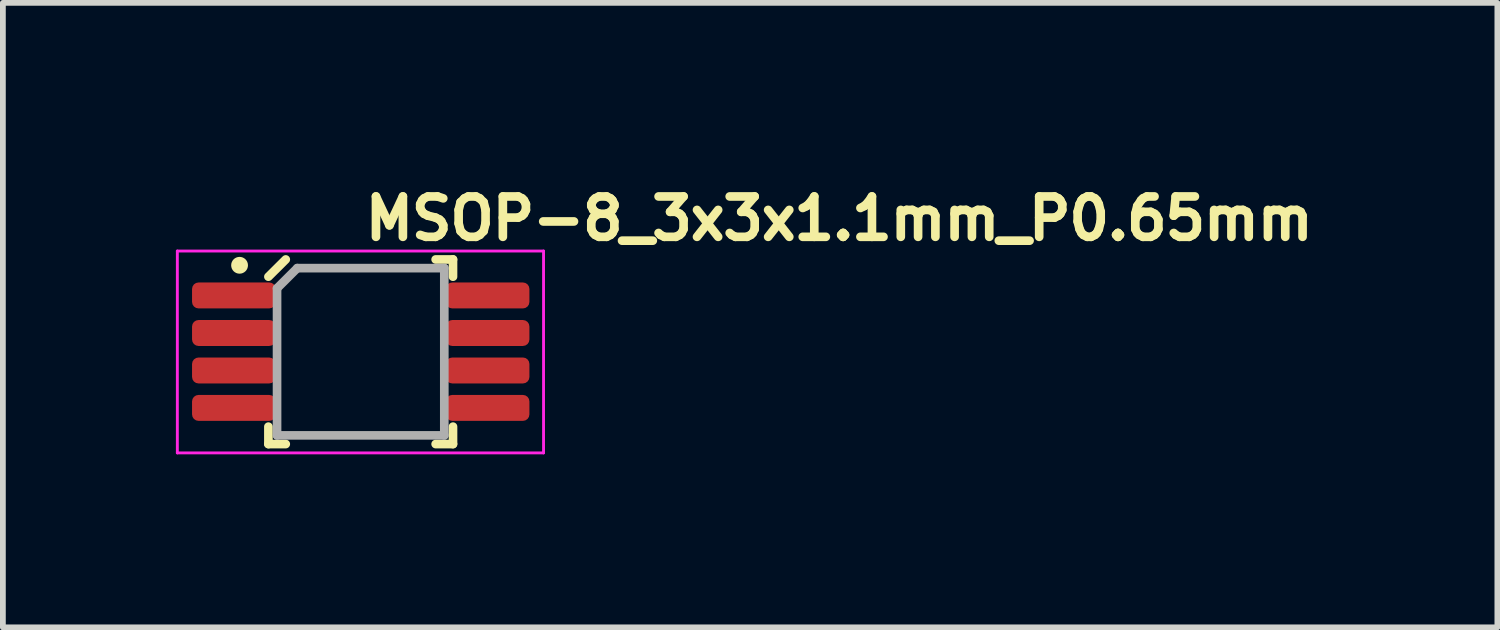
<source format=kicad_pcb>
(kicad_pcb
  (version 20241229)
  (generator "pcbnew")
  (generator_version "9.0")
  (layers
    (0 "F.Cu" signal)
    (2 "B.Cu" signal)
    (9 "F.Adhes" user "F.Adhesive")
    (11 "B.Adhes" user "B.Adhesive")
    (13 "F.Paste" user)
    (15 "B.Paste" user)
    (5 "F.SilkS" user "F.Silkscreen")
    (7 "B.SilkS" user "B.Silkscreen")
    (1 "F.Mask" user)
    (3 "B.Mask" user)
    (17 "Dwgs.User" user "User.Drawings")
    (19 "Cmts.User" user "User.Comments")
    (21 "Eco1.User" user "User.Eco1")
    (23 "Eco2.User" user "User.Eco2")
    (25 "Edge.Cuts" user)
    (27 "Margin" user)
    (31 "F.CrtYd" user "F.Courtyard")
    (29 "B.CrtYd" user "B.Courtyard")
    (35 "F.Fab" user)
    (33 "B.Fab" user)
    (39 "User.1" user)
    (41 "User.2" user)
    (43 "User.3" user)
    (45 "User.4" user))
  (footprint "MSOP-8_3x3x1.1mm_P0.65mm"
    (layer "F.Cu")
    (at 3.204 3.05)
    (property "Reference" "MSOP-8_3x3x1.1mm_P0.65mm" (at 0 -1.9 180) (layer "F.SilkS") (effects (font (size 0.7 0.7) (thickness 0.15)) (justify left bottom)))
    (attr smd)
    (fp_line (start -1.6 1.6) (end -1.6 1.298) (stroke (width 0.15) (type solid)) (layer "F.SilkS"))
    (fp_line (start -1.299 -1.601) (end -1.6 -1.302) (stroke (width 0.15) (type solid)) (layer "F.SilkS"))
    (fp_line (start -1.299 1.6) (end -1.6 1.6) (stroke (width 0.15) (type solid)) (layer "F.SilkS"))
    (fp_line (start 1.3 -1.601) (end 1.601 -1.601) (stroke (width 0.15) (type solid)) (layer "F.SilkS"))
    (fp_line (start 1.601 -1.601) (end 1.601 -1.302) (stroke (width 0.15) (type solid)) (layer "F.SilkS"))
    (fp_line (start 1.601 1.298) (end 1.601 1.6) (stroke (width 0.15) (type solid)) (layer "F.SilkS"))
    (fp_line (start 1.601 1.6) (end 1.3 1.6) (stroke (width 0.15) (type solid)) (layer "F.SilkS"))
    (fp_circle (center -2.1 -1.5) (end -2.05 -1.55) (stroke (width 0.15) (type solid)) (fill yes) (layer "F.SilkS"))
    (fp_line (start -3.179 -1.747) (end 3.171 -1.747) (stroke (width 0.05) (type solid)) (layer "F.CrtYd"))
    (fp_line (start -3.179 1.753) (end -3.179 -1.747) (stroke (width 0.05) (type solid)) (layer "F.CrtYd"))
    (fp_line (start 3.171 1.753) (end -3.179 1.753) (stroke (width 0.05) (type solid)) (layer "F.CrtYd"))
    (fp_line (start 3.171 1.753) (end 3.171 -1.747) (stroke (width 0.05) (type solid)) (layer "F.CrtYd"))
    (fp_line (start -1.45 -1.101) (end -1.45 1.449) (stroke (width 0.15) (type solid)) (layer "F.Fab"))
    (fp_line (start -1.099 -1.451) (end -1.45 -1.101) (stroke (width 0.15) (type solid)) (layer "F.Fab"))
    (fp_line (start 1.45 -1.451) (end -1.099 -1.451) (stroke (width 0.15) (type solid)) (layer "F.Fab"))
    (fp_line (start 1.45 -1.451) (end 1.45 1.449) (stroke (width 0.15) (type solid)) (layer "F.Fab"))
    (fp_line (start 1.45 1.449) (end -1.45 1.449) (stroke (width 0.15) (type solid)) (layer "F.Fab"))
    (fp_rect (start -2.451 1.498) (end 2.451 -1.5) (stroke (width 0.1) (type solid)) (fill no) (layer "User.5"))
    (fp_line (start -2.451 -1.128) (end -2.451 -0.824) (stroke (width 0.02) (type solid)) (layer "User.9"))
    (fp_line (start -2.451 -0.479) (end -2.451 -0.173) (stroke (width 0.02) (type solid)) (layer "User.9"))
    (fp_line (start -2.451 0.172) (end -2.451 0.477) (stroke (width 0.02) (type solid)) (layer "User.9"))
    (fp_line (start -2.451 0.822) (end -2.451 1.127) (stroke (width 0.02) (type solid)) (layer "User.9"))
    (fp_line (start -2.211 -1.128) (end -2.451 -1.128) (stroke (width 0.02) (type solid)) (layer "User.9"))
    (fp_line (start -2.211 -1.128) (end -2.092 -1.128) (stroke (width 0.02) (type solid)) (layer "User.9"))
    (fp_line (start -2.211 -0.824) (end -2.451 -0.824) (stroke (width 0.02) (type solid)) (layer "User.9"))
    (fp_line (start -2.211 -0.824) (end -2.092 -0.824) (stroke (width 0.02) (type solid)) (layer "User.9"))
    (fp_line (start -2.211 -0.479) (end -2.451 -0.479) (stroke (width 0.02) (type solid)) (layer "User.9"))
    (fp_line (start -2.211 -0.479) (end -2.092 -0.479) (stroke (width 0.02) (type solid)) (layer "User.9"))
    (fp_line (start -2.211 -0.173) (end -2.451 -0.173) (stroke (width 0.02) (type solid)) (layer "User.9"))
    (fp_line (start -2.211 -0.173) (end -2.092 -0.173) (stroke (width 0.02) (type solid)) (layer "User.9"))
    (fp_line (start -2.211 0.172) (end -2.451 0.172) (stroke (width 0.02) (type solid)) (layer "User.9"))
    (fp_line (start -2.211 0.172) (end -2.092 0.172) (stroke (width 0.02) (type solid)) (layer "User.9"))
    (fp_line (start -2.211 0.477) (end -2.451 0.477) (stroke (width 0.02) (type solid)) (layer "User.9"))
    (fp_line (start -2.211 0.477) (end -2.092 0.477) (stroke (width 0.02) (type solid)) (layer "User.9"))
    (fp_line (start -2.211 0.822) (end -2.451 0.822) (stroke (width 0.02) (type solid)) (layer "User.9"))
    (fp_line (start -2.211 0.822) (end -2.092 0.822) (stroke (width 0.02) (type solid)) (layer "User.9"))
    (fp_line (start -2.211 1.127) (end -2.451 1.127) (stroke (width 0.02) (type solid)) (layer "User.9"))
    (fp_line (start -2.211 1.127) (end -2.092 1.127) (stroke (width 0.02) (type solid)) (layer "User.9"))
    (fp_line (start -2.092 -1.128) (end -2.082 -1.128) (stroke (width 0.02) (type solid)) (layer "User.9"))
    (fp_line (start -2.092 -0.479) (end -2.082 -0.479) (stroke (width 0.02) (type solid)) (layer "User.9"))
    (fp_line (start -2.092 0.172) (end -2.082 0.172) (stroke (width 0.02) (type solid)) (layer "User.9"))
    (fp_line (start -2.092 0.822) (end -2.082 0.822) (stroke (width 0.02) (type solid)) (layer "User.9"))
    (fp_line (start -2.082 -1.128) (end -1.779 -1.128) (stroke (width 0.02) (type solid)) (layer "User.9"))
    (fp_line (start -2.082 -0.824) (end -2.092 -0.824) (stroke (width 0.02) (type solid)) (layer "User.9"))
    (fp_line (start -2.082 -0.824) (end -1.779 -0.824) (stroke (width 0.02) (type solid)) (layer "User.9"))
    (fp_line (start -2.082 -0.479) (end -1.779 -0.479) (stroke (width 0.02) (type solid)) (layer "User.9"))
    (fp_line (start -2.082 -0.173) (end -2.092 -0.173) (stroke (width 0.02) (type solid)) (layer "User.9"))
    (fp_line (start -2.082 -0.173) (end -1.779 -0.173) (stroke (width 0.02) (type solid)) (layer "User.9"))
    (fp_line (start -2.082 0.172) (end -1.779 0.172) (stroke (width 0.02) (type solid)) (layer "User.9"))
    (fp_line (start -2.082 0.477) (end -2.092 0.477) (stroke (width 0.02) (type solid)) (layer "User.9"))
    (fp_line (start -2.082 0.477) (end -1.779 0.477) (stroke (width 0.02) (type solid)) (layer "User.9"))
    (fp_line (start -2.082 0.822) (end -1.779 0.822) (stroke (width 0.02) (type solid)) (layer "User.9"))
    (fp_line (start -2.082 1.127) (end -2.092 1.127) (stroke (width 0.02) (type solid)) (layer "User.9"))
    (fp_line (start -2.082 1.127) (end -1.779 1.127) (stroke (width 0.02) (type solid)) (layer "User.9"))
    (fp_line (start -1.498 -1.382) (end -1.497 -1.388) (stroke (width 0.02) (type solid)) (layer "User.9"))
    (fp_line (start -1.498 -1.376) (end -1.498 -1.382) (stroke (width 0.02) (type solid)) (layer "User.9"))
    (fp_line (start -1.498 -1.373) (end -1.498 -1.376) (stroke (width 0.02) (type solid)) (layer "User.9"))
    (fp_line (start -1.498 -1.373) (end -1.498 1.37) (stroke (width 0.02) (type solid)) (layer "User.9"))
    (fp_line (start -1.498 -1.128) (end -1.779 -1.128) (stroke (width 0.02) (type solid)) (layer "User.9"))
    (fp_line (start -1.498 -1.128) (end -1.498 -0.824) (stroke (width 0.02) (type solid)) (layer "User.9"))
    (fp_line (start -1.498 -0.824) (end -1.779 -0.824) (stroke (width 0.02) (type solid)) (layer "User.9"))
    (fp_line (start -1.498 -0.479) (end -1.779 -0.479) (stroke (width 0.02) (type solid)) (layer "User.9"))
    (fp_line (start -1.498 -0.479) (end -1.498 -0.173) (stroke (width 0.02) (type solid)) (layer "User.9"))
    (fp_line (start -1.498 -0.173) (end -1.779 -0.173) (stroke (width 0.02) (type solid)) (layer "User.9"))
    (fp_line (start -1.498 0.172) (end -1.779 0.172) (stroke (width 0.02) (type solid)) (layer "User.9"))
    (fp_line (start -1.498 0.172) (end -1.498 0.477) (stroke (width 0.02) (type solid)) (layer "User.9"))
    (fp_line (start -1.498 0.477) (end -1.779 0.477) (stroke (width 0.02) (type solid)) (layer "User.9"))
    (fp_line (start -1.498 0.822) (end -1.779 0.822) (stroke (width 0.02) (type solid)) (layer "User.9"))
    (fp_line (start -1.498 0.822) (end -1.498 1.127) (stroke (width 0.02) (type solid)) (layer "User.9"))
    (fp_line (start -1.498 1.127) (end -1.779 1.127) (stroke (width 0.02) (type solid)) (layer "User.9"))
    (fp_line (start -1.498 1.374) (end -1.498 1.37) (stroke (width 0.02) (type solid)) (layer "User.9"))
    (fp_line (start -1.498 1.379) (end -1.498 1.374) (stroke (width 0.02) (type solid)) (layer "User.9"))
    (fp_line (start -1.497 -1.393) (end -1.496 -1.399) (stroke (width 0.02) (type solid)) (layer "User.9"))
    (fp_line (start -1.497 -1.388) (end -1.497 -1.393) (stroke (width 0.02) (type solid)) (layer "User.9"))
    (fp_line (start -1.497 1.386) (end -1.498 1.379) (stroke (width 0.02) (type solid)) (layer "User.9"))
    (fp_line (start -1.497 1.391) (end -1.497 1.386) (stroke (width 0.02) (type solid)) (layer "User.9"))
    (fp_line (start -1.496 -1.399) (end -1.495 -1.405) (stroke (width 0.02) (type solid)) (layer "User.9"))
    (fp_line (start -1.496 1.398) (end -1.497 1.391) (stroke (width 0.02) (type solid)) (layer "User.9"))
    (fp_line (start -1.495 -1.405) (end -1.493 -1.411) (stroke (width 0.02) (type solid)) (layer "User.9"))
    (fp_line (start -1.495 1.403) (end -1.496 1.398) (stroke (width 0.02) (type solid)) (layer "User.9"))
    (fp_line (start -1.493 -1.411) (end -1.491 -1.417) (stroke (width 0.02) (type solid)) (layer "User.9"))
    (fp_line (start -1.493 1.41) (end -1.495 1.403) (stroke (width 0.02) (type solid)) (layer "User.9"))
    (fp_line (start -1.491 -1.417) (end -1.489 -1.422) (stroke (width 0.02) (type solid)) (layer "User.9"))
    (fp_line (start -1.491 1.415) (end -1.493 1.41) (stroke (width 0.02) (type solid)) (layer "User.9"))
    (fp_line (start -1.489 -1.422) (end -1.486 -1.429) (stroke (width 0.02) (type solid)) (layer "User.9"))
    (fp_line (start -1.489 1.421) (end -1.491 1.415) (stroke (width 0.02) (type solid)) (layer "User.9"))
    (fp_line (start -1.486 -1.429) (end -1.484 -1.434) (stroke (width 0.02) (type solid)) (layer "User.9"))
    (fp_line (start -1.486 1.426) (end -1.489 1.421) (stroke (width 0.02) (type solid)) (layer "User.9"))
    (fp_line (start -1.484 -1.434) (end -1.481 -1.439) (stroke (width 0.02) (type solid)) (layer "User.9"))
    (fp_line (start -1.484 1.431) (end -1.486 1.426) (stroke (width 0.02) (type solid)) (layer "User.9"))
    (fp_line (start -1.481 -1.439) (end -1.477 -1.444) (stroke (width 0.02) (type solid)) (layer "User.9"))
    (fp_line (start -1.481 1.437) (end -1.484 1.431) (stroke (width 0.02) (type solid)) (layer "User.9"))
    (fp_line (start -1.477 -1.444) (end -1.474 -1.449) (stroke (width 0.02) (type solid)) (layer "User.9"))
    (fp_line (start -1.477 1.442) (end -1.481 1.437) (stroke (width 0.02) (type solid)) (layer "User.9"))
    (fp_line (start -1.474 -1.449) (end -1.47 -1.454) (stroke (width 0.02) (type solid)) (layer "User.9"))
    (fp_line (start -1.474 1.446) (end -1.477 1.442) (stroke (width 0.02) (type solid)) (layer "User.9"))
    (fp_line (start -1.47 -1.454) (end -1.466 -1.457) (stroke (width 0.02) (type solid)) (layer "User.9"))
    (fp_line (start -1.47 1.451) (end -1.474 1.446) (stroke (width 0.02) (type solid)) (layer "User.9"))
    (fp_line (start -1.466 -1.457) (end -1.462 -1.462) (stroke (width 0.02) (type solid)) (layer "User.9"))
    (fp_line (start -1.466 1.455) (end -1.47 1.451) (stroke (width 0.02) (type solid)) (layer "User.9"))
    (fp_line (start -1.462 -1.462) (end -1.457 -1.466) (stroke (width 0.02) (type solid)) (layer "User.9"))
    (fp_line (start -1.462 1.46) (end -1.466 1.455) (stroke (width 0.02) (type solid)) (layer "User.9"))
    (fp_line (start -1.457 -1.466) (end -1.453 -1.47) (stroke (width 0.02) (type solid)) (layer "User.9"))
    (fp_line (start -1.457 1.464) (end -1.462 1.46) (stroke (width 0.02) (type solid)) (layer "User.9"))
    (fp_line (start -1.453 -1.47) (end -1.448 -1.474) (stroke (width 0.02) (type solid)) (layer "User.9"))
    (fp_line (start -1.453 1.468) (end -1.457 1.464) (stroke (width 0.02) (type solid)) (layer "User.9"))
    (fp_line (start -1.448 -1.474) (end -1.443 -1.477) (stroke (width 0.02) (type solid)) (layer "User.9"))
    (fp_line (start -1.448 1.472) (end -1.453 1.468) (stroke (width 0.02) (type solid)) (layer "User.9"))
    (fp_line (start -1.443 -1.477) (end -1.438 -1.481) (stroke (width 0.02) (type solid)) (layer "User.9"))
    (fp_line (start -1.443 1.475) (end -1.448 1.472) (stroke (width 0.02) (type solid)) (layer "User.9"))
    (fp_line (start -1.438 -1.481) (end -1.433 -1.484) (stroke (width 0.02) (type solid)) (layer "User.9"))
    (fp_line (start -1.438 1.479) (end -1.443 1.475) (stroke (width 0.02) (type solid)) (layer "User.9"))
    (fp_line (start -1.433 -1.484) (end -1.427 -1.486) (stroke (width 0.02) (type solid)) (layer "User.9"))
    (fp_line (start -1.433 -1.316) (end -1.431 -1.322) (stroke (width 0.02) (type solid)) (layer "User.9"))
    (fp_line (start -1.433 -1.31) (end -1.433 -1.316) (stroke (width 0.02) (type solid)) (layer "User.9"))
    (fp_line (start -1.433 1.313) (end -1.433 1.308) (stroke (width 0.02) (type solid)) (layer "User.9"))
    (fp_line (start -1.433 1.483) (end -1.438 1.479) (stroke (width 0.02) (type solid)) (layer "User.9"))
    (fp_line (start -1.431 -1.322) (end -1.43 -1.328) (stroke (width 0.02) (type solid)) (layer "User.9"))
    (fp_line (start -1.431 1.32) (end -1.433 1.313) (stroke (width 0.02) (type solid)) (layer "User.9"))
    (fp_line (start -1.43 -1.328) (end -1.429 -1.333) (stroke (width 0.02) (type solid)) (layer "User.9"))
    (fp_line (start -1.43 1.325) (end -1.431 1.32) (stroke (width 0.02) (type solid)) (layer "User.9"))
    (fp_line (start -1.429 -1.333) (end -1.427 -1.339) (stroke (width 0.02) (type solid)) (layer "User.9"))
    (fp_line (start -1.429 1.331) (end -1.43 1.325) (stroke (width 0.02) (type solid)) (layer "User.9"))
    (fp_line (start -1.427 -1.486) (end -1.421 -1.49) (stroke (width 0.02) (type solid)) (layer "User.9"))
    (fp_line (start -1.427 -1.339) (end -1.425 -1.345) (stroke (width 0.02) (type solid)) (layer "User.9"))
    (fp_line (start -1.427 1.338) (end -1.429 1.331) (stroke (width 0.02) (type solid)) (layer "User.9"))
    (fp_line (start -1.427 1.484) (end -1.433 1.483) (stroke (width 0.02) (type solid)) (layer "User.9"))
    (fp_line (start -1.425 -1.345) (end -1.423 -1.351) (stroke (width 0.02) (type solid)) (layer "User.9"))
    (fp_line (start -1.425 1.343) (end -1.427 1.338) (stroke (width 0.02) (type solid)) (layer "User.9"))
    (fp_line (start -1.423 -1.351) (end -1.421 -1.356) (stroke (width 0.02) (type solid)) (layer "User.9"))
    (fp_line (start -1.423 1.35) (end -1.425 1.343) (stroke (width 0.02) (type solid)) (layer "User.9"))
    (fp_line (start -1.421 -1.49) (end -1.416 -1.492) (stroke (width 0.02) (type solid)) (layer "User.9"))
    (fp_line (start -1.421 -1.356) (end -1.418 -1.363) (stroke (width 0.02) (type solid)) (layer "User.9"))
    (fp_line (start -1.421 1.354) (end -1.423 1.35) (stroke (width 0.02) (type solid)) (layer "User.9"))
    (fp_line (start -1.421 1.487) (end -1.427 1.484) (stroke (width 0.02) (type solid)) (layer "User.9"))
    (fp_line (start -1.418 -1.363) (end -1.416 -1.368) (stroke (width 0.02) (type solid)) (layer "User.9"))
    (fp_line (start -1.418 1.361) (end -1.421 1.354) (stroke (width 0.02) (type solid)) (layer "User.9"))
    (fp_line (start -1.416 -1.492) (end -1.41 -1.494) (stroke (width 0.02) (type solid)) (layer "User.9"))
    (fp_line (start -1.416 -1.368) (end -1.413 -1.373) (stroke (width 0.02) (type solid)) (layer "User.9"))
    (fp_line (start -1.416 1.366) (end -1.418 1.361) (stroke (width 0.02) (type solid)) (layer "User.9"))
    (fp_line (start -1.416 1.49) (end -1.421 1.487) (stroke (width 0.02) (type solid)) (layer "User.9"))
    (fp_line (start -1.413 -1.373) (end -1.409 -1.378) (stroke (width 0.02) (type solid)) (layer "User.9"))
    (fp_line (start -1.413 1.37) (end -1.416 1.366) (stroke (width 0.02) (type solid)) (layer "User.9"))
    (fp_line (start -1.41 -1.494) (end -1.404 -1.496) (stroke (width 0.02) (type solid)) (layer "User.9"))
    (fp_line (start -1.41 1.491) (end -1.416 1.49) (stroke (width 0.02) (type solid)) (layer "User.9"))
    (fp_line (start -1.409 -1.378) (end -1.406 -1.383) (stroke (width 0.02) (type solid)) (layer "User.9"))
    (fp_line (start -1.409 1.375) (end -1.413 1.37) (stroke (width 0.02) (type solid)) (layer "User.9"))
    (fp_line (start -1.406 -1.383) (end -1.402 -1.387) (stroke (width 0.02) (type solid)) (layer "User.9"))
    (fp_line (start -1.406 1.381) (end -1.409 1.375) (stroke (width 0.02) (type solid)) (layer "User.9"))
    (fp_line (start -1.404 -1.496) (end -1.398 -1.497) (stroke (width 0.02) (type solid)) (layer "User.9"))
    (fp_line (start -1.404 1.494) (end -1.41 1.491) (stroke (width 0.02) (type solid)) (layer "User.9"))
    (fp_line (start -1.402 -1.387) (end -1.398 -1.392) (stroke (width 0.02) (type solid)) (layer "User.9"))
    (fp_line (start -1.402 1.385) (end -1.406 1.381) (stroke (width 0.02) (type solid)) (layer "User.9"))
    (fp_line (start -1.398 -1.497) (end -1.392 -1.499) (stroke (width 0.02) (type solid)) (layer "User.9"))
    (fp_line (start -1.398 -1.392) (end -1.394 -1.395) (stroke (width 0.02) (type solid)) (layer "User.9"))
    (fp_line (start -1.398 1.39) (end -1.402 1.385) (stroke (width 0.02) (type solid)) (layer "User.9"))
    (fp_line (start -1.398 1.495) (end -1.404 1.494) (stroke (width 0.02) (type solid)) (layer "User.9"))
    (fp_line (start -1.394 -1.395) (end -1.39 -1.399) (stroke (width 0.02) (type solid)) (layer "User.9"))
    (fp_line (start -1.394 1.394) (end -1.398 1.39) (stroke (width 0.02) (type solid)) (layer "User.9"))
    (fp_line (start -1.392 -1.499) (end -1.386 -1.499) (stroke (width 0.02) (type solid)) (layer "User.9"))
    (fp_line (start -1.392 1.496) (end -1.398 1.495) (stroke (width 0.02) (type solid)) (layer "User.9"))
    (fp_line (start -1.39 -1.399) (end -1.385 -1.403) (stroke (width 0.02) (type solid)) (layer "User.9"))
    (fp_line (start -1.39 1.398) (end -1.394 1.394) (stroke (width 0.02) (type solid)) (layer "User.9"))
    (fp_line (start -1.386 -1.499) (end -1.38 -1.5) (stroke (width 0.02) (type solid)) (layer "User.9"))
    (fp_line (start -1.386 1.496) (end -1.392 1.496) (stroke (width 0.02) (type solid)) (layer "User.9"))
    (fp_line (start -1.385 -1.403) (end -1.381 -1.407) (stroke (width 0.02) (type solid)) (layer "User.9"))
    (fp_line (start -1.385 1.402) (end -1.39 1.398) (stroke (width 0.02) (type solid)) (layer "User.9"))
    (fp_line (start -1.381 -1.407) (end -1.376 -1.41) (stroke (width 0.02) (type solid)) (layer "User.9"))
    (fp_line (start -1.381 1.406) (end -1.385 1.402) (stroke (width 0.02) (type solid)) (layer "User.9"))
    (fp_line (start -1.38 -1.5) (end -1.374 -1.5) (stroke (width 0.02) (type solid)) (layer "User.9"))
    (fp_line (start -1.38 1.498) (end -1.386 1.496) (stroke (width 0.02) (type solid)) (layer "User.9"))
    (fp_line (start -1.376 -1.41) (end -1.371 -1.414) (stroke (width 0.02) (type solid)) (layer "User.9"))
    (fp_line (start -1.376 1.409) (end -1.381 1.406) (stroke (width 0.02) (type solid)) (layer "User.9"))
    (fp_line (start -1.374 -1.5) (end -1.371 -1.5) (stroke (width 0.02) (type solid)) (layer "User.9"))
    (fp_line (start -1.374 1.498) (end -1.38 1.498) (stroke (width 0.02) (type solid)) (layer "User.9"))
    (fp_line (start -1.371 -1.5) (end 1.372 -1.5) (stroke (width 0.02) (type solid)) (layer "User.9"))
    (fp_line (start -1.371 -1.414) (end -1.367 -1.417) (stroke (width 0.02) (type solid)) (layer "User.9"))
    (fp_line (start -1.371 1.413) (end -1.376 1.409) (stroke (width 0.02) (type solid)) (layer "User.9"))
    (fp_line (start -1.371 1.498) (end -1.374 1.498) (stroke (width 0.02) (type solid)) (layer "User.9"))
    (fp_line (start -1.371 1.498) (end 1.372 1.498) (stroke (width 0.02) (type solid)) (layer "User.9"))
    (fp_line (start -1.367 -1.417) (end -1.362 -1.419) (stroke (width 0.02) (type solid)) (layer "User.9"))
    (fp_line (start -1.367 1.415) (end -1.371 1.413) (stroke (width 0.02) (type solid)) (layer "User.9"))
    (fp_line (start -1.362 -1.419) (end -1.356 -1.422) (stroke (width 0.02) (type solid)) (layer "User.9"))
    (fp_line (start -1.362 1.418) (end -1.367 1.415) (stroke (width 0.02) (type solid)) (layer "User.9"))
    (fp_line (start -1.356 -1.422) (end -1.351 -1.425) (stroke (width 0.02) (type solid)) (layer "User.9"))
    (fp_line (start -1.356 1.421) (end -1.362 1.418) (stroke (width 0.02) (type solid)) (layer "User.9"))
    (fp_line (start -1.351 -1.425) (end -1.345 -1.427) (stroke (width 0.02) (type solid)) (layer "User.9"))
    (fp_line (start -1.351 1.422) (end -1.356 1.421) (stroke (width 0.02) (type solid)) (layer "User.9"))
    (fp_line (start -1.345 -1.427) (end -1.339 -1.429) (stroke (width 0.02) (type solid)) (layer "User.9"))
    (fp_line (start -1.345 1.425) (end -1.351 1.422) (stroke (width 0.02) (type solid)) (layer "User.9"))
    (fp_line (start -1.339 -1.429) (end -1.333 -1.431) (stroke (width 0.02) (type solid)) (layer "User.9"))
    (fp_line (start -1.339 1.426) (end -1.345 1.425) (stroke (width 0.02) (type solid)) (layer "User.9"))
    (fp_line (start -1.333 -1.431) (end -1.327 -1.432) (stroke (width 0.02) (type solid)) (layer "User.9"))
    (fp_line (start -1.333 1.429) (end -1.339 1.426) (stroke (width 0.02) (type solid)) (layer "User.9"))
    (fp_line (start -1.327 -1.432) (end -1.321 -1.433) (stroke (width 0.02) (type solid)) (layer "User.9"))
    (fp_line (start -1.327 1.43) (end -1.333 1.429) (stroke (width 0.02) (type solid)) (layer "User.9"))
    (fp_line (start -1.321 -1.433) (end -1.315 -1.434) (stroke (width 0.02) (type solid)) (layer "User.9"))
    (fp_line (start -1.321 -0.99) (end -1.32 -0.994) (stroke (width 0.02) (type solid)) (layer "User.9"))
    (fp_line (start -1.321 -0.986) (end -1.321 -0.99) (stroke (width 0.02) (type solid)) (layer "User.9"))
    (fp_line (start -1.321 -0.982) (end -1.321 -0.986) (stroke (width 0.02) (type solid)) (layer "User.9"))
    (fp_line (start -1.321 -0.979) (end -1.321 -0.982) (stroke (width 0.02) (type solid)) (layer "User.9"))
    (fp_line (start -1.321 -0.979) (end -1.32 -0.99) (stroke (width 0.02) (type solid)) (layer "User.9"))
    (fp_line (start -1.321 -0.975) (end -1.321 -0.979) (stroke (width 0.02) (type solid)) (layer "User.9"))
    (fp_line (start -1.321 -0.971) (end -1.321 -0.975) (stroke (width 0.02) (type solid)) (layer "User.9"))
    (fp_line (start -1.321 -0.967) (end -1.321 -0.979) (stroke (width 0.02) (type solid)) (layer "User.9"))
    (fp_line (start -1.321 -0.967) (end -1.321 -0.971) (stroke (width 0.02) (type solid)) (layer "User.9"))
    (fp_line (start -1.321 1.43) (end -1.327 1.43) (stroke (width 0.02) (type solid)) (layer "User.9"))
    (fp_line (start -1.32 -1.002) (end -1.318 -1.013) (stroke (width 0.02) (type solid)) (layer "User.9"))
    (fp_line (start -1.32 -0.994) (end -1.32 -0.998) (stroke (width 0.02) (type solid)) (layer "User.9"))
    (fp_line (start -1.32 -0.99) (end -1.32 -1.002) (stroke (width 0.02) (type solid)) (layer "User.9"))
    (fp_line (start -1.318 -1.013) (end -1.316 -1.025) (stroke (width 0.02) (type solid)) (layer "User.9"))
    (fp_line (start -1.316 -1.029) (end -1.315 -1.033) (stroke (width 0.02) (type solid)) (layer "User.9"))
    (fp_line (start -1.316 -1.025) (end -1.314 -1.036) (stroke (width 0.02) (type solid)) (layer "User.9"))
    (fp_line (start -1.315 -1.434) (end -1.309 -1.434) (stroke (width 0.02) (type solid)) (layer "User.9"))
    (fp_line (start -1.315 -1.033) (end -1.314 -1.036) (stroke (width 0.02) (type solid)) (layer "User.9"))
    (fp_line (start -1.315 1.431) (end -1.321 1.43) (stroke (width 0.02) (type solid)) (layer "User.9"))
    (fp_line (start -1.314 -1.039) (end -1.313 -1.044) (stroke (width 0.02) (type solid)) (layer "User.9"))
    (fp_line (start -1.314 -1.036) (end -1.314 -1.039) (stroke (width 0.02) (type solid)) (layer "User.9"))
    (fp_line (start -1.314 -1.036) (end -1.312 -1.048) (stroke (width 0.02) (type solid)) (layer "User.9"))
    (fp_line (start -1.313 -1.044) (end -1.312 -1.048) (stroke (width 0.02) (type solid)) (layer "User.9"))
    (fp_line (start -1.312 -1.048) (end -1.311 -1.051) (stroke (width 0.02) (type solid)) (layer "User.9"))
    (fp_line (start -1.312 -1.048) (end -1.309 -1.059) (stroke (width 0.02) (type solid)) (layer "User.9"))
    (fp_line (start -1.311 -1.051) (end -1.31 -1.055) (stroke (width 0.02) (type solid)) (layer "User.9"))
    (fp_line (start -1.31 -1.055) (end -1.309 -1.059) (stroke (width 0.02) (type solid)) (layer "User.9"))
    (fp_line (start -1.309 -1.434) (end -1.309 -1.31) (stroke (width 0.02) (type solid)) (layer "User.9"))
    (fp_line (start -1.309 -1.059) (end -1.301 -1.081) (stroke (width 0.02) (type solid)) (layer "User.9"))
    (fp_line (start -1.309 -0.967) (end -1.321 -0.967) (stroke (width 0.02) (type solid)) (layer "User.9"))
    (fp_line (start -1.309 -0.967) (end -0.609 -0.967) (stroke (width 0.02) (type solid)) (layer "User.9"))
    (fp_line (start -1.309 1.308) (end -1.309 1.431) (stroke (width 0.02) (type solid)) (layer "User.9"))
    (fp_line (start -1.309 1.431) (end -1.315 1.431) (stroke (width 0.02) (type solid)) (layer "User.9"))
    (fp_line (start -1.301 -1.081) (end -1.293 -1.103) (stroke (width 0.02) (type solid)) (layer "User.9"))
    (fp_line (start -1.293 -1.103) (end -1.283 -1.124) (stroke (width 0.02) (type solid)) (layer "User.9"))
    (fp_line (start -1.283 -1.124) (end -1.272 -1.145) (stroke (width 0.02) (type solid)) (layer "User.9"))
    (fp_line (start -1.272 -1.145) (end -1.26 -1.164) (stroke (width 0.02) (type solid)) (layer "User.9"))
    (fp_line (start -1.26 -1.164) (end -1.246 -1.184) (stroke (width 0.02) (type solid)) (layer "User.9"))
    (fp_line (start -1.246 -1.184) (end -1.233 -1.201) (stroke (width 0.02) (type solid)) (layer "User.9"))
    (fp_line (start -1.233 -1.201) (end -1.217 -1.217) (stroke (width 0.02) (type solid)) (layer "User.9"))
    (fp_line (start -1.217 -1.217) (end -1.2 -1.234) (stroke (width 0.02) (type solid)) (layer "User.9"))
    (fp_line (start -1.2 -1.234) (end -1.182 -1.248) (stroke (width 0.02) (type solid)) (layer "User.9"))
    (fp_line (start -1.182 -1.248) (end -1.163 -1.262) (stroke (width 0.02) (type solid)) (layer "User.9"))
    (fp_line (start -1.163 -1.262) (end -1.143 -1.273) (stroke (width 0.02) (type solid)) (layer "User.9"))
    (fp_line (start -1.143 -1.273) (end -1.123 -1.284) (stroke (width 0.02) (type solid)) (layer "User.9"))
    (fp_line (start -1.123 -1.284) (end -1.103 -1.294) (stroke (width 0.02) (type solid)) (layer "User.9"))
    (fp_line (start -1.103 -1.294) (end -1.081 -1.303) (stroke (width 0.02) (type solid)) (layer "User.9"))
    (fp_line (start -1.081 -1.303) (end -1.057 -1.31) (stroke (width 0.02) (type solid)) (layer "User.9"))
    (fp_line (start -1.057 -1.31) (end -1.053 -1.312) (stroke (width 0.02) (type solid)) (layer "User.9"))
    (fp_line (start -1.057 -1.31) (end -1.046 -1.313) (stroke (width 0.02) (type solid)) (layer "User.9"))
    (fp_line (start -1.053 -1.312) (end -1.046 -1.313) (stroke (width 0.02) (type solid)) (layer "User.9"))
    (fp_line (start -1.046 -1.313) (end -1.04 -1.314) (stroke (width 0.02) (type solid)) (layer "User.9"))
    (fp_line (start -1.046 -1.313) (end -1.034 -1.315) (stroke (width 0.02) (type solid)) (layer "User.9"))
    (fp_line (start -1.04 -1.314) (end -1.036 -1.315) (stroke (width 0.02) (type solid)) (layer "User.9"))
    (fp_line (start -1.036 -1.315) (end -1.03 -1.316) (stroke (width 0.02) (type solid)) (layer "User.9"))
    (fp_line (start -1.034 -1.315) (end -1.024 -1.318) (stroke (width 0.02) (type solid)) (layer "User.9"))
    (fp_line (start -1.03 -1.316) (end -1.024 -1.317) (stroke (width 0.02) (type solid)) (layer "User.9"))
    (fp_line (start -1.024 -1.318) (end -1.012 -1.319) (stroke (width 0.02) (type solid)) (layer "User.9"))
    (fp_line (start -1.024 -1.317) (end -1.018 -1.318) (stroke (width 0.02) (type solid)) (layer "User.9"))
    (fp_line (start -1.018 -1.318) (end -1.012 -1.319) (stroke (width 0.02) (type solid)) (layer "User.9"))
    (fp_line (start -1.012 -1.319) (end -1 -1.321) (stroke (width 0.02) (type solid)) (layer "User.9"))
    (fp_line (start -1 -1.321) (end -0.988 -1.322) (stroke (width 0.02) (type solid)) (layer "User.9"))
    (fp_line (start -0.988 -1.322) (end -0.976 -1.322) (stroke (width 0.02) (type solid)) (layer "User.9"))
    (fp_line (start -0.976 -1.322) (end -0.966 -1.322) (stroke (width 0.02) (type solid)) (layer "User.9"))
    (fp_line (start -0.966 -1.322) (end -0.964 -1.322) (stroke (width 0.02) (type solid)) (layer "User.9"))
    (fp_line (start -0.966 -1.322) (end -0.954 -1.322) (stroke (width 0.02) (type solid)) (layer "User.9"))
    (fp_line (start -0.964 -1.322) (end -0.962 -1.322) (stroke (width 0.02) (type solid)) (layer "User.9"))
    (fp_line (start -0.954 -1.322) (end -0.942 -1.322) (stroke (width 0.02) (type solid)) (layer "User.9"))
    (fp_line (start -0.942 -1.322) (end -0.93 -1.321) (stroke (width 0.02) (type solid)) (layer "User.9"))
    (fp_line (start -0.93 -1.321) (end -0.919 -1.319) (stroke (width 0.02) (type solid)) (layer "User.9"))
    (fp_line (start -0.919 -1.319) (end -0.913 -1.318) (stroke (width 0.02) (type solid)) (layer "User.9"))
    (fp_line (start -0.919 -1.319) (end -0.907 -1.318) (stroke (width 0.02) (type solid)) (layer "User.9"))
    (fp_line (start -0.913 -1.318) (end -0.907 -1.317) (stroke (width 0.02) (type solid)) (layer "User.9"))
    (fp_line (start -0.907 -1.318) (end -0.895 -1.315) (stroke (width 0.02) (type solid)) (layer "User.9"))
    (fp_line (start -0.907 -1.317) (end -0.901 -1.316) (stroke (width 0.02) (type solid)) (layer "User.9"))
    (fp_line (start -0.901 -1.316) (end -0.895 -1.315) (stroke (width 0.02) (type solid)) (layer "User.9"))
    (fp_line (start -0.895 -1.315) (end -0.889 -1.314) (stroke (width 0.02) (type solid)) (layer "User.9"))
    (fp_line (start -0.895 -1.315) (end -0.885 -1.313) (stroke (width 0.02) (type solid)) (layer "User.9"))
    (fp_line (start -0.889 -1.314) (end -0.883 -1.313) (stroke (width 0.02) (type solid)) (layer "User.9"))
    (fp_line (start -0.885 -1.313) (end -0.873 -1.31) (stroke (width 0.02) (type solid)) (layer "User.9"))
    (fp_line (start -0.883 -1.313) (end -0.879 -1.312) (stroke (width 0.02) (type solid)) (layer "User.9"))
    (fp_line (start -0.879 -1.312) (end -0.873 -1.31) (stroke (width 0.02) (type solid)) (layer "User.9"))
    (fp_line (start -0.873 -1.31) (end -0.859 -1.306) (stroke (width 0.02) (type solid)) (layer "User.9"))
    (fp_line (start -0.859 -1.306) (end -0.845 -1.301) (stroke (width 0.02) (type solid)) (layer "User.9"))
    (fp_line (start -0.845 -1.301) (end -0.831 -1.295) (stroke (width 0.02) (type solid)) (layer "User.9"))
    (fp_line (start -0.831 -1.295) (end -0.817 -1.289) (stroke (width 0.02) (type solid)) (layer "User.9"))
    (fp_line (start -0.817 -1.289) (end -0.803 -1.282) (stroke (width 0.02) (type solid)) (layer "User.9"))
    (fp_line (start -0.803 -1.282) (end -0.79 -1.276) (stroke (width 0.02) (type solid)) (layer "User.9"))
    (fp_line (start -0.79 -1.276) (end -0.778 -1.268) (stroke (width 0.02) (type solid)) (layer "User.9"))
    (fp_line (start -0.778 -1.268) (end -0.766 -1.261) (stroke (width 0.02) (type solid)) (layer "User.9"))
    (fp_line (start -0.766 -1.261) (end -0.754 -1.253) (stroke (width 0.02) (type solid)) (layer "User.9"))
    (fp_line (start -0.754 -1.253) (end -0.742 -1.244) (stroke (width 0.02) (type solid)) (layer "User.9"))
    (fp_line (start -0.742 -1.244) (end -0.732 -1.235) (stroke (width 0.02) (type solid)) (layer "User.9"))
    (fp_line (start -0.732 -1.235) (end -0.722 -1.224) (stroke (width 0.02) (type solid)) (layer "User.9"))
    (fp_line (start -0.722 -1.224) (end -0.71 -1.215) (stroke (width 0.02) (type solid)) (layer "User.9"))
    (fp_line (start -0.71 -1.215) (end -0.702 -1.205) (stroke (width 0.02) (type solid)) (layer "User.9"))
    (fp_line (start -0.702 -1.205) (end -0.692 -1.193) (stroke (width 0.02) (type solid)) (layer "User.9"))
    (fp_line (start -0.692 -1.193) (end -0.682 -1.183) (stroke (width 0.02) (type solid)) (layer "User.9"))
    (fp_line (start -0.682 -1.183) (end -0.674 -1.171) (stroke (width 0.02) (type solid)) (layer "User.9"))
    (fp_line (start -0.674 -1.171) (end -0.666 -1.159) (stroke (width 0.02) (type solid)) (layer "User.9"))
    (fp_line (start -0.666 -1.159) (end -0.659 -1.147) (stroke (width 0.02) (type solid)) (layer "User.9"))
    (fp_line (start -0.659 -1.147) (end -0.651 -1.134) (stroke (width 0.02) (type solid)) (layer "User.9"))
    (fp_line (start -0.651 -1.134) (end -0.645 -1.121) (stroke (width 0.02) (type solid)) (layer "User.9"))
    (fp_line (start -0.645 -1.121) (end -0.639 -1.109) (stroke (width 0.02) (type solid)) (layer "User.9"))
    (fp_line (start -0.639 -1.109) (end -0.633 -1.096) (stroke (width 0.02) (type solid)) (layer "User.9"))
    (fp_line (start -0.633 -1.096) (end -0.629 -1.081) (stroke (width 0.02) (type solid)) (layer "User.9"))
    (fp_line (start -0.629 -1.081) (end -0.625 -1.067) (stroke (width 0.02) (type solid)) (layer "User.9"))
    (fp_line (start -0.625 -1.067) (end -0.621 -1.053) (stroke (width 0.02) (type solid)) (layer "User.9"))
    (fp_line (start -0.621 -1.053) (end -0.617 -1.039) (stroke (width 0.02) (type solid)) (layer "User.9"))
    (fp_line (start -0.617 -1.039) (end -0.615 -1.026) (stroke (width 0.02) (type solid)) (layer "User.9"))
    (fp_line (start -0.615 -1.026) (end -0.613 -1.011) (stroke (width 0.02) (type solid)) (layer "User.9"))
    (fp_line (start -0.613 -1.011) (end -0.611 -0.997) (stroke (width 0.02) (type solid)) (layer "User.9"))
    (fp_line (start -0.611 -0.997) (end -0.609 -0.982) (stroke (width 0.02) (type solid)) (layer "User.9"))
    (fp_line (start -0.609 -0.982) (end -0.609 -0.967) (stroke (width 0.02) (type solid)) (layer "User.9"))
    (fp_line (start 1.308 -1.434) (end 1.315 -1.434) (stroke (width 0.02) (type solid)) (layer "User.9"))
    (fp_line (start 1.308 -1.31) (end 1.308 -1.434) (stroke (width 0.02) (type solid)) (layer "User.9"))
    (fp_line (start 1.308 1.431) (end 1.308 1.308) (stroke (width 0.02) (type solid)) (layer "User.9"))
    (fp_line (start 1.315 -1.434) (end 1.32 -1.433) (stroke (width 0.02) (type solid)) (layer "User.9"))
    (fp_line (start 1.315 1.431) (end 1.308 1.431) (stroke (width 0.02) (type solid)) (layer "User.9"))
    (fp_line (start 1.32 -1.433) (end 1.327 -1.432) (stroke (width 0.02) (type solid)) (layer "User.9"))
    (fp_line (start 1.32 1.43) (end 1.315 1.431) (stroke (width 0.02) (type solid)) (layer "User.9"))
    (fp_line (start 1.327 -1.432) (end 1.332 -1.431) (stroke (width 0.02) (type solid)) (layer "User.9"))
    (fp_line (start 1.327 1.43) (end 1.32 1.43) (stroke (width 0.02) (type solid)) (layer "User.9"))
    (fp_line (start 1.332 -1.431) (end 1.339 -1.429) (stroke (width 0.02) (type solid)) (layer "User.9"))
    (fp_line (start 1.332 1.429) (end 1.327 1.43) (stroke (width 0.02) (type solid)) (layer "User.9"))
    (fp_line (start 1.339 -1.429) (end 1.344 -1.427) (stroke (width 0.02) (type solid)) (layer "User.9"))
    (fp_line (start 1.339 1.426) (end 1.332 1.429) (stroke (width 0.02) (type solid)) (layer "User.9"))
    (fp_line (start 1.344 -1.427) (end 1.351 -1.425) (stroke (width 0.02) (type solid)) (layer "User.9"))
    (fp_line (start 1.344 1.425) (end 1.339 1.426) (stroke (width 0.02) (type solid)) (layer "User.9"))
    (fp_line (start 1.351 -1.425) (end 1.356 -1.422) (stroke (width 0.02) (type solid)) (layer "User.9"))
    (fp_line (start 1.351 1.422) (end 1.344 1.425) (stroke (width 0.02) (type solid)) (layer "User.9"))
    (fp_line (start 1.356 -1.422) (end 1.361 -1.419) (stroke (width 0.02) (type solid)) (layer "User.9"))
    (fp_line (start 1.356 1.421) (end 1.351 1.422) (stroke (width 0.02) (type solid)) (layer "User.9"))
    (fp_line (start 1.361 -1.419) (end 1.367 -1.417) (stroke (width 0.02) (type solid)) (layer "User.9"))
    (fp_line (start 1.361 1.418) (end 1.356 1.421) (stroke (width 0.02) (type solid)) (layer "User.9"))
    (fp_line (start 1.367 -1.417) (end 1.372 -1.414) (stroke (width 0.02) (type solid)) (layer "User.9"))
    (fp_line (start 1.367 1.415) (end 1.361 1.418) (stroke (width 0.02) (type solid)) (layer "User.9"))
    (fp_line (start 1.372 -1.5) (end 1.375 -1.5) (stroke (width 0.02) (type solid)) (layer "User.9"))
    (fp_line (start 1.372 -1.414) (end 1.376 -1.41) (stroke (width 0.02) (type solid)) (layer "User.9"))
    (fp_line (start 1.372 1.413) (end 1.367 1.415) (stroke (width 0.02) (type solid)) (layer "User.9"))
    (fp_line (start 1.375 -1.5) (end 1.38 -1.5) (stroke (width 0.02) (type solid)) (layer "User.9"))
    (fp_line (start 1.375 1.498) (end 1.372 1.498) (stroke (width 0.02) (type solid)) (layer "User.9"))
    (fp_line (start 1.376 -1.41) (end 1.381 -1.407) (stroke (width 0.02) (type solid)) (layer "User.9"))
    (fp_line (start 1.376 1.409) (end 1.372 1.413) (stroke (width 0.02) (type solid)) (layer "User.9"))
    (fp_line (start 1.38 -1.5) (end 1.386 -1.499) (stroke (width 0.02) (type solid)) (layer "User.9"))
    (fp_line (start 1.38 1.498) (end 1.375 1.498) (stroke (width 0.02) (type solid)) (layer "User.9"))
    (fp_line (start 1.381 -1.407) (end 1.385 -1.403) (stroke (width 0.02) (type solid)) (layer "User.9"))
    (fp_line (start 1.381 1.406) (end 1.376 1.409) (stroke (width 0.02) (type solid)) (layer "User.9"))
    (fp_line (start 1.385 -1.403) (end 1.39 -1.399) (stroke (width 0.02) (type solid)) (layer "User.9"))
    (fp_line (start 1.385 1.402) (end 1.381 1.406) (stroke (width 0.02) (type solid)) (layer "User.9"))
    (fp_line (start 1.386 -1.499) (end 1.393 -1.499) (stroke (width 0.02) (type solid)) (layer "User.9"))
    (fp_line (start 1.386 1.496) (end 1.38 1.498) (stroke (width 0.02) (type solid)) (layer "User.9"))
    (fp_line (start 1.39 -1.399) (end 1.394 -1.395) (stroke (width 0.02) (type solid)) (layer "User.9"))
    (fp_line (start 1.39 1.398) (end 1.385 1.402) (stroke (width 0.02) (type solid)) (layer "User.9"))
    (fp_line (start 1.393 -1.499) (end 1.398 -1.497) (stroke (width 0.02) (type solid)) (layer "User.9"))
    (fp_line (start 1.393 1.496) (end 1.386 1.496) (stroke (width 0.02) (type solid)) (layer "User.9"))
    (fp_line (start 1.394 -1.395) (end 1.398 -1.392) (stroke (width 0.02) (type solid)) (layer "User.9"))
    (fp_line (start 1.394 1.394) (end 1.39 1.398) (stroke (width 0.02) (type solid)) (layer "User.9"))
    (fp_line (start 1.398 -1.497) (end 1.405 -1.496) (stroke (width 0.02) (type solid)) (layer "User.9"))
    (fp_line (start 1.398 -1.392) (end 1.402 -1.387) (stroke (width 0.02) (type solid)) (layer "User.9"))
    (fp_line (start 1.398 1.39) (end 1.394 1.394) (stroke (width 0.02) (type solid)) (layer "User.9"))
    (fp_line (start 1.398 1.495) (end 1.393 1.496) (stroke (width 0.02) (type solid)) (layer "User.9"))
    (fp_line (start 1.402 -1.387) (end 1.406 -1.383) (stroke (width 0.02) (type solid)) (layer "User.9"))
    (fp_line (start 1.402 1.385) (end 1.398 1.39) (stroke (width 0.02) (type solid)) (layer "User.9"))
    (fp_line (start 1.405 -1.496) (end 1.41 -1.494) (stroke (width 0.02) (type solid)) (layer "User.9"))
    (fp_line (start 1.405 1.494) (end 1.398 1.495) (stroke (width 0.02) (type solid)) (layer "User.9"))
    (fp_line (start 1.406 -1.383) (end 1.409 -1.378) (stroke (width 0.02) (type solid)) (layer "User.9"))
    (fp_line (start 1.406 1.381) (end 1.402 1.385) (stroke (width 0.02) (type solid)) (layer "User.9"))
    (fp_line (start 1.409 -1.378) (end 1.413 -1.373) (stroke (width 0.02) (type solid)) (layer "User.9"))
    (fp_line (start 1.409 1.375) (end 1.406 1.381) (stroke (width 0.02) (type solid)) (layer "User.9"))
    (fp_line (start 1.41 -1.494) (end 1.417 -1.492) (stroke (width 0.02) (type solid)) (layer "User.9"))
    (fp_line (start 1.41 1.491) (end 1.405 1.494) (stroke (width 0.02) (type solid)) (layer "User.9"))
    (fp_line (start 1.413 -1.373) (end 1.417 -1.368) (stroke (width 0.02) (type solid)) (layer "User.9"))
    (fp_line (start 1.413 1.37) (end 1.409 1.375) (stroke (width 0.02) (type solid)) (layer "User.9"))
    (fp_line (start 1.417 -1.492) (end 1.421 -1.49) (stroke (width 0.02) (type solid)) (layer "User.9"))
    (fp_line (start 1.417 -1.368) (end 1.418 -1.363) (stroke (width 0.02) (type solid)) (layer "User.9"))
    (fp_line (start 1.417 1.366) (end 1.413 1.37) (stroke (width 0.02) (type solid)) (layer "User.9"))
    (fp_line (start 1.417 1.49) (end 1.41 1.491) (stroke (width 0.02) (type solid)) (layer "User.9"))
    (fp_line (start 1.418 -1.363) (end 1.421 -1.356) (stroke (width 0.02) (type solid)) (layer "User.9"))
    (fp_line (start 1.418 1.361) (end 1.417 1.366) (stroke (width 0.02) (type solid)) (layer "User.9"))
    (fp_line (start 1.421 -1.49) (end 1.428 -1.486) (stroke (width 0.02) (type solid)) (layer "User.9"))
    (fp_line (start 1.421 -1.356) (end 1.424 -1.351) (stroke (width 0.02) (type solid)) (layer "User.9"))
    (fp_line (start 1.421 1.354) (end 1.418 1.361) (stroke (width 0.02) (type solid)) (layer "User.9"))
    (fp_line (start 1.421 1.487) (end 1.417 1.49) (stroke (width 0.02) (type solid)) (layer "User.9"))
    (fp_line (start 1.424 -1.351) (end 1.425 -1.345) (stroke (width 0.02) (type solid)) (layer "User.9"))
    (fp_line (start 1.424 1.35) (end 1.421 1.354) (stroke (width 0.02) (type solid)) (layer "User.9"))
    (fp_line (start 1.425 -1.345) (end 1.428 -1.339) (stroke (width 0.02) (type solid)) (layer "User.9"))
    (fp_line (start 1.425 1.343) (end 1.424 1.35) (stroke (width 0.02) (type solid)) (layer "User.9"))
    (fp_line (start 1.428 -1.486) (end 1.433 -1.484) (stroke (width 0.02) (type solid)) (layer "User.9"))
    (fp_line (start 1.428 -1.339) (end 1.429 -1.333) (stroke (width 0.02) (type solid)) (layer "User.9"))
    (fp_line (start 1.428 1.338) (end 1.425 1.343) (stroke (width 0.02) (type solid)) (layer "User.9"))
    (fp_line (start 1.428 1.484) (end 1.421 1.487) (stroke (width 0.02) (type solid)) (layer "User.9"))
    (fp_line (start 1.429 -1.333) (end 1.43 -1.328) (stroke (width 0.02) (type solid)) (layer "User.9"))
    (fp_line (start 1.429 1.331) (end 1.428 1.338) (stroke (width 0.02) (type solid)) (layer "User.9"))
    (fp_line (start 1.43 -1.328) (end 1.432 -1.322) (stroke (width 0.02) (type solid)) (layer "User.9"))
    (fp_line (start 1.43 1.325) (end 1.429 1.331) (stroke (width 0.02) (type solid)) (layer "User.9"))
    (fp_line (start 1.432 -1.322) (end 1.433 -1.316) (stroke (width 0.02) (type solid)) (layer "User.9"))
    (fp_line (start 1.432 1.32) (end 1.43 1.325) (stroke (width 0.02) (type solid)) (layer "User.9"))
    (fp_line (start 1.433 -1.484) (end 1.437 -1.481) (stroke (width 0.02) (type solid)) (layer "User.9"))
    (fp_line (start 1.433 -1.316) (end 1.433 -1.31) (stroke (width 0.02) (type solid)) (layer "User.9"))
    (fp_line (start 1.433 1.308) (end 1.433 1.313) (stroke (width 0.02) (type solid)) (layer "User.9"))
    (fp_line (start 1.433 1.313) (end 1.432 1.32) (stroke (width 0.02) (type solid)) (layer "User.9"))
    (fp_line (start 1.433 1.483) (end 1.428 1.484) (stroke (width 0.02) (type solid)) (layer "User.9"))
    (fp_line (start 1.437 -1.481) (end 1.442 -1.477) (stroke (width 0.02) (type solid)) (layer "User.9"))
    (fp_line (start 1.437 1.479) (end 1.433 1.483) (stroke (width 0.02) (type solid)) (layer "User.9"))
    (fp_line (start 1.442 -1.477) (end 1.448 -1.474) (stroke (width 0.02) (type solid)) (layer "User.9"))
    (fp_line (start 1.442 1.475) (end 1.437 1.479) (stroke (width 0.02) (type solid)) (layer "User.9"))
    (fp_line (start 1.448 -1.474) (end 1.453 -1.47) (stroke (width 0.02) (type solid)) (layer "User.9"))
    (fp_line (start 1.448 1.472) (end 1.442 1.475) (stroke (width 0.02) (type solid)) (layer "User.9"))
    (fp_line (start 1.453 -1.47) (end 1.457 -1.466) (stroke (width 0.02) (type solid)) (layer "User.9"))
    (fp_line (start 1.453 1.468) (end 1.448 1.472) (stroke (width 0.02) (type solid)) (layer "User.9"))
    (fp_line (start 1.457 -1.466) (end 1.461 -1.462) (stroke (width 0.02) (type solid)) (layer "User.9"))
    (fp_line (start 1.457 1.464) (end 1.453 1.468) (stroke (width 0.02) (type solid)) (layer "User.9"))
    (fp_line (start 1.461 -1.462) (end 1.465 -1.457) (stroke (width 0.02) (type solid)) (layer "User.9"))
    (fp_line (start 1.461 1.46) (end 1.457 1.464) (stroke (width 0.02) (type solid)) (layer "User.9"))
    (fp_line (start 1.465 -1.457) (end 1.469 -1.454) (stroke (width 0.02) (type solid)) (layer "User.9"))
    (fp_line (start 1.465 1.455) (end 1.461 1.46) (stroke (width 0.02) (type solid)) (layer "User.9"))
    (fp_line (start 1.469 -1.454) (end 1.473 -1.449) (stroke (width 0.02) (type solid)) (layer "User.9"))
    (fp_line (start 1.469 1.451) (end 1.465 1.455) (stroke (width 0.02) (type solid)) (layer "User.9"))
    (fp_line (start 1.473 -1.449) (end 1.477 -1.444) (stroke (width 0.02) (type solid)) (layer "User.9"))
    (fp_line (start 1.473 1.446) (end 1.469 1.451) (stroke (width 0.02) (type solid)) (layer "User.9"))
    (fp_line (start 1.477 -1.444) (end 1.481 -1.439) (stroke (width 0.02) (type solid)) (layer "User.9"))
    (fp_line (start 1.477 1.442) (end 1.473 1.446) (stroke (width 0.02) (type solid)) (layer "User.9"))
    (fp_line (start 1.481 -1.439) (end 1.484 -1.434) (stroke (width 0.02) (type solid)) (layer "User.9"))
    (fp_line (start 1.481 1.437) (end 1.477 1.442) (stroke (width 0.02) (type solid)) (layer "User.9"))
    (fp_line (start 1.484 -1.434) (end 1.485 -1.429) (stroke (width 0.02) (type solid)) (layer "User.9"))
    (fp_line (start 1.484 1.431) (end 1.481 1.437) (stroke (width 0.02) (type solid)) (layer "User.9"))
    (fp_line (start 1.485 -1.429) (end 1.489 -1.422) (stroke (width 0.02) (type solid)) (layer "User.9"))
    (fp_line (start 1.485 1.426) (end 1.484 1.431) (stroke (width 0.02) (type solid)) (layer "User.9"))
    (fp_line (start 1.489 -1.422) (end 1.49 -1.417) (stroke (width 0.02) (type solid)) (layer "User.9"))
    (fp_line (start 1.489 1.421) (end 1.485 1.426) (stroke (width 0.02) (type solid)) (layer "User.9"))
    (fp_line (start 1.49 -1.417) (end 1.493 -1.411) (stroke (width 0.02) (type solid)) (layer "User.9"))
    (fp_line (start 1.49 1.415) (end 1.489 1.421) (stroke (width 0.02) (type solid)) (layer "User.9"))
    (fp_line (start 1.493 -1.411) (end 1.494 -1.405) (stroke (width 0.02) (type solid)) (layer "User.9"))
    (fp_line (start 1.493 1.41) (end 1.49 1.415) (stroke (width 0.02) (type solid)) (layer "User.9"))
    (fp_line (start 1.494 -1.405) (end 1.496 -1.399) (stroke (width 0.02) (type solid)) (layer "User.9"))
    (fp_line (start 1.494 1.403) (end 1.493 1.41) (stroke (width 0.02) (type solid)) (layer "User.9"))
    (fp_line (start 1.496 -1.399) (end 1.497 -1.393) (stroke (width 0.02) (type solid)) (layer "User.9"))
    (fp_line (start 1.496 1.398) (end 1.494 1.403) (stroke (width 0.02) (type solid)) (layer "User.9"))
    (fp_line (start 1.497 -1.393) (end 1.497 -1.388) (stroke (width 0.02) (type solid)) (layer "User.9"))
    (fp_line (start 1.497 -1.388) (end 1.498 -1.382) (stroke (width 0.02) (type solid)) (layer "User.9"))
    (fp_line (start 1.497 1.386) (end 1.497 1.391) (stroke (width 0.02) (type solid)) (layer "User.9"))
    (fp_line (start 1.497 1.391) (end 1.496 1.398) (stroke (width 0.02) (type solid)) (layer "User.9"))
    (fp_line (start 1.498 -1.382) (end 1.498 -1.376) (stroke (width 0.02) (type solid)) (layer "User.9"))
    (fp_line (start 1.498 -1.376) (end 1.498 -1.373) (stroke (width 0.02) (type solid)) (layer "User.9"))
    (fp_line (start 1.498 -1.373) (end 1.498 1.37) (stroke (width 0.02) (type solid)) (layer "User.9"))
    (fp_line (start 1.498 -1.128) (end 1.779 -1.128) (stroke (width 0.02) (type solid)) (layer "User.9"))
    (fp_line (start 1.498 -0.824) (end 1.498 -1.128) (stroke (width 0.02) (type solid)) (layer "User.9"))
    (fp_line (start 1.498 -0.824) (end 1.779 -0.824) (stroke (width 0.02) (type solid)) (layer "User.9"))
    (fp_line (start 1.498 -0.479) (end 1.779 -0.479) (stroke (width 0.02) (type solid)) (layer "User.9"))
    (fp_line (start 1.498 -0.173) (end 1.498 -0.479) (stroke (width 0.02) (type solid)) (layer "User.9"))
    (fp_line (start 1.498 -0.173) (end 1.779 -0.173) (stroke (width 0.02) (type solid)) (layer "User.9"))
    (fp_line (start 1.498 0.172) (end 1.779 0.172) (stroke (width 0.02) (type solid)) (layer "User.9"))
    (fp_line (start 1.498 0.477) (end 1.498 0.172) (stroke (width 0.02) (type solid)) (layer "User.9"))
    (fp_line (start 1.498 0.477) (end 1.779 0.477) (stroke (width 0.02) (type solid)) (layer "User.9"))
    (fp_line (start 1.498 0.822) (end 1.779 0.822) (stroke (width 0.02) (type solid)) (layer "User.9"))
    (fp_line (start 1.498 1.127) (end 1.498 0.822) (stroke (width 0.02) (type solid)) (layer "User.9"))
    (fp_line (start 1.498 1.127) (end 1.779 1.127) (stroke (width 0.02) (type solid)) (layer "User.9"))
    (fp_line (start 1.498 1.37) (end 1.498 1.374) (stroke (width 0.02) (type solid)) (layer "User.9"))
    (fp_line (start 1.498 1.374) (end 1.498 1.379) (stroke (width 0.02) (type solid)) (layer "User.9"))
    (fp_line (start 1.498 1.379) (end 1.497 1.386) (stroke (width 0.02) (type solid)) (layer "User.9"))
    (fp_line (start 2.082 -1.128) (end 1.779 -1.128) (stroke (width 0.02) (type solid)) (layer "User.9"))
    (fp_line (start 2.082 -1.128) (end 2.092 -1.128) (stroke (width 0.02) (type solid)) (layer "User.9"))
    (fp_line (start 2.082 -0.824) (end 1.779 -0.824) (stroke (width 0.02) (type solid)) (layer "User.9"))
    (fp_line (start 2.082 -0.479) (end 1.779 -0.479) (stroke (width 0.02) (type solid)) (layer "User.9"))
    (fp_line (start 2.082 -0.479) (end 2.092 -0.479) (stroke (width 0.02) (type solid)) (layer "User.9"))
    (fp_line (start 2.082 -0.173) (end 1.779 -0.173) (stroke (width 0.02) (type solid)) (layer "User.9"))
    (fp_line (start 2.082 0.172) (end 1.779 0.172) (stroke (width 0.02) (type solid)) (layer "User.9"))
    (fp_line (start 2.082 0.172) (end 2.092 0.172) (stroke (width 0.02) (type solid)) (layer "User.9"))
    (fp_line (start 2.082 0.477) (end 1.779 0.477) (stroke (width 0.02) (type solid)) (layer "User.9"))
    (fp_line (start 2.082 0.822) (end 1.779 0.822) (stroke (width 0.02) (type solid)) (layer "User.9"))
    (fp_line (start 2.082 0.822) (end 2.092 0.822) (stroke (width 0.02) (type solid)) (layer "User.9"))
    (fp_line (start 2.082 1.127) (end 1.779 1.127) (stroke (width 0.02) (type solid)) (layer "User.9"))
    (fp_line (start 2.092 -0.824) (end 2.082 -0.824) (stroke (width 0.02) (type solid)) (layer "User.9"))
    (fp_line (start 2.092 -0.173) (end 2.082 -0.173) (stroke (width 0.02) (type solid)) (layer "User.9"))
    (fp_line (start 2.092 0.477) (end 2.082 0.477) (stroke (width 0.02) (type solid)) (layer "User.9"))
    (fp_line (start 2.092 1.127) (end 2.082 1.127) (stroke (width 0.02) (type solid)) (layer "User.9"))
    (fp_line (start 2.212 -1.128) (end 2.092 -1.128) (stroke (width 0.02) (type solid)) (layer "User.9"))
    (fp_line (start 2.212 -1.128) (end 2.451 -1.128) (stroke (width 0.02) (type solid)) (layer "User.9"))
    (fp_line (start 2.212 -0.824) (end 2.092 -0.824) (stroke (width 0.02) (type solid)) (layer "User.9"))
    (fp_line (start 2.212 -0.824) (end 2.451 -0.824) (stroke (width 0.02) (type solid)) (layer "User.9"))
    (fp_line (start 2.212 -0.479) (end 2.092 -0.479) (stroke (width 0.02) (type solid)) (layer "User.9"))
    (fp_line (start 2.212 -0.479) (end 2.451 -0.479) (stroke (width 0.02) (type solid)) (layer "User.9"))
    (fp_line (start 2.212 -0.173) (end 2.092 -0.173) (stroke (width 0.02) (type solid)) (layer "User.9"))
    (fp_line (start 2.212 -0.173) (end 2.451 -0.173) (stroke (width 0.02) (type solid)) (layer "User.9"))
    (fp_line (start 2.212 0.172) (end 2.092 0.172) (stroke (width 0.02) (type solid)) (layer "User.9"))
    (fp_line (start 2.212 0.172) (end 2.451 0.172) (stroke (width 0.02) (type solid)) (layer "User.9"))
    (fp_line (start 2.212 0.477) (end 2.092 0.477) (stroke (width 0.02) (type solid)) (layer "User.9"))
    (fp_line (start 2.212 0.477) (end 2.451 0.477) (stroke (width 0.02) (type solid)) (layer "User.9"))
    (fp_line (start 2.212 0.822) (end 2.092 0.822) (stroke (width 0.02) (type solid)) (layer "User.9"))
    (fp_line (start 2.212 0.822) (end 2.451 0.822) (stroke (width 0.02) (type solid)) (layer "User.9"))
    (fp_line (start 2.212 1.127) (end 2.092 1.127) (stroke (width 0.02) (type solid)) (layer "User.9"))
    (fp_line (start 2.212 1.127) (end 2.451 1.127) (stroke (width 0.02) (type solid)) (layer "User.9"))
    (fp_line (start 2.451 -0.824) (end 2.451 -1.128) (stroke (width 0.02) (type solid)) (layer "User.9"))
    (fp_line (start 2.451 -0.173) (end 2.451 -0.479) (stroke (width 0.02) (type solid)) (layer "User.9"))
    (fp_line (start 2.451 0.477) (end 2.451 0.172) (stroke (width 0.02) (type solid)) (layer "User.9"))
    (fp_line (start 2.451 1.127) (end 2.451 0.822) (stroke (width 0.02) (type solid)) (layer "User.9"))
    (pad "1" smd roundrect (at -2.199 -0.977 270) (size 0.45 1.45) (layers "F.Cu" "F.Mask" "F.Paste") (roundrect_rratio 0.25))
    (pad "2" smd roundrect (at -2.199 -0.326 270) (size 0.45 1.45) (layers "F.Cu" "F.Mask" "F.Paste") (roundrect_rratio 0.25))
    (pad "3" smd roundrect (at -2.199 0.324 270) (size 0.45 1.45) (layers "F.Cu" "F.Mask" "F.Paste") (roundrect_rratio 0.25))
    (pad "4" smd roundrect (at -2.199 0.973 270) (size 0.45 1.45) (layers "F.Cu" "F.Mask" "F.Paste") (roundrect_rratio 0.25))
    (pad "5" smd roundrect (at 2.201 0.973 270) (size 0.45 1.45) (layers "F.Cu" "F.Mask" "F.Paste") (roundrect_rratio 0.25))
    (pad "6" smd roundrect (at 2.201 0.324 270) (size 0.45 1.45) (layers "F.Cu" "F.Mask" "F.Paste") (roundrect_rratio 0.25))
    (pad "7" smd roundrect (at 2.201 -0.326 270) (size 0.45 1.45) (layers "F.Cu" "F.Mask" "F.Paste") (roundrect_rratio 0.25))
    (pad "8" smd roundrect (at 2.201 -0.977 270) (size 0.45 1.45) (layers "F.Cu" "F.Mask" "F.Paste") (roundrect_rratio 0.25)))
  (gr_rect
    (start -3 -3)
    (end 22.914 7.828)
    (stroke (width 0.1) (type default))
    (fill no)
    (layer "Edge.Cuts")))
</source>
